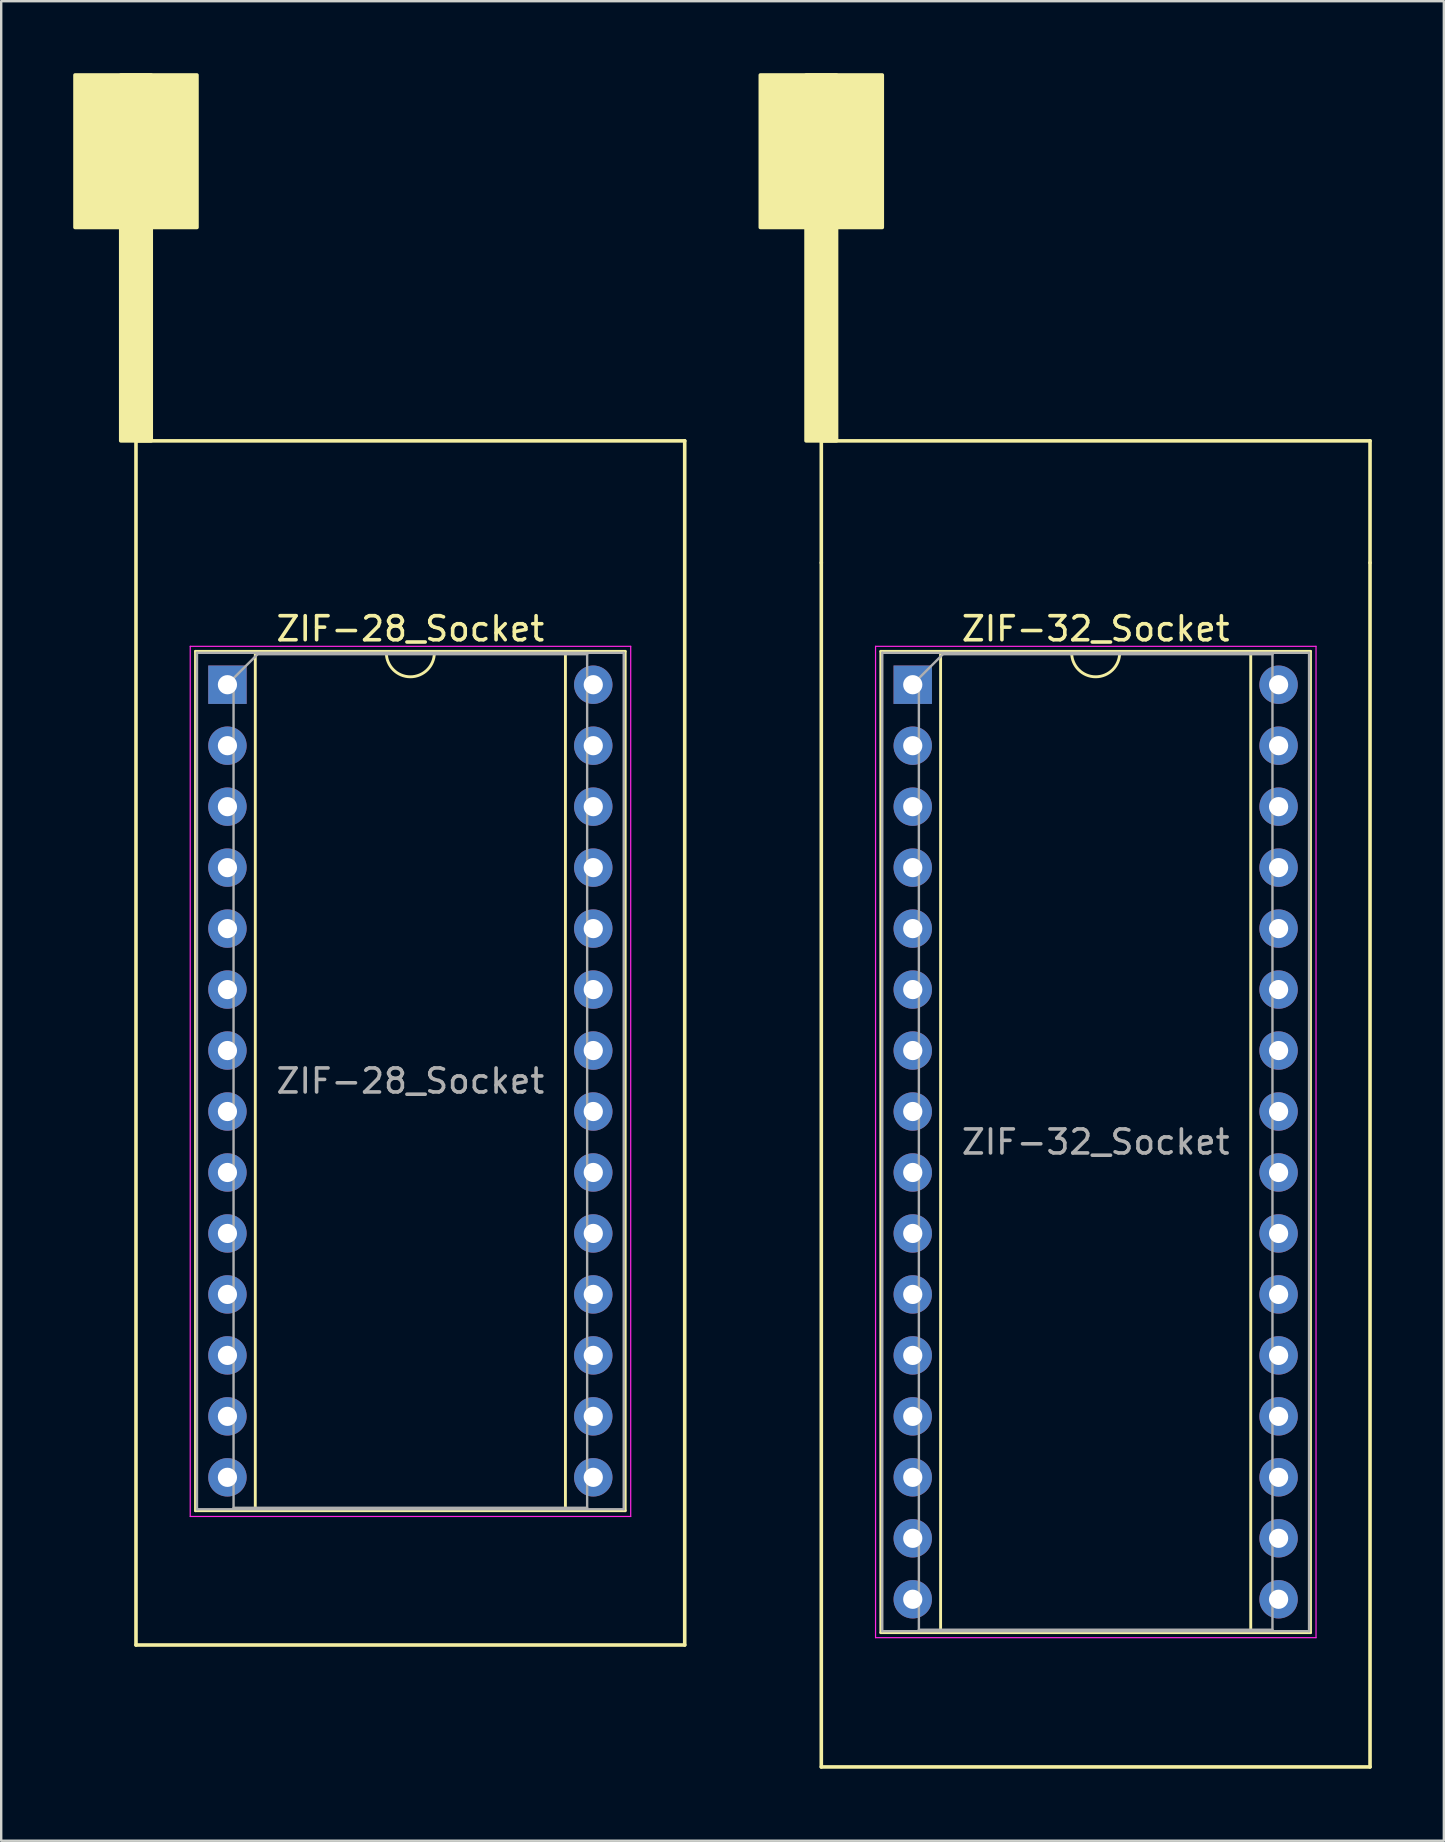
<source format=kicad_pcb>
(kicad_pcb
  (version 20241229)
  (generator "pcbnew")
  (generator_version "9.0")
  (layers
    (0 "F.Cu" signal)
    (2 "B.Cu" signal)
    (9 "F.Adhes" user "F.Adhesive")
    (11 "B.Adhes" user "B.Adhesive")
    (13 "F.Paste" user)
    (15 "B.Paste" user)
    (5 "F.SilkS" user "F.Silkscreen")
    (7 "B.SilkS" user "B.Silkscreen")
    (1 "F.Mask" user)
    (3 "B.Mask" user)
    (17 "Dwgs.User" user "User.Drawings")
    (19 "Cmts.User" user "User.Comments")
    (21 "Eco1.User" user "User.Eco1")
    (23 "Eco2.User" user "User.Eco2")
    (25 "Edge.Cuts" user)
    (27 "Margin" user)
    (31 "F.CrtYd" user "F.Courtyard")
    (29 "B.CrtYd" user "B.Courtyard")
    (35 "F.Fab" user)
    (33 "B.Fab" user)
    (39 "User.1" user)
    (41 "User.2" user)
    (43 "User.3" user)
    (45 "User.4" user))
  (footprint "ZIF-32_Socket"
    (layer "F.Cu")
    (at 34.975 25.475)
    (property "Reference" "ZIF-32_Socket" (at 7.62 -2.33 0) (layer "F.SilkS") (effects (font (size 1 1) (thickness 0.15))))
    (attr through_hole)
    (fp_line (start -3.81 -10.16) (end 19.05 -10.16) (stroke (width 0.15) (type solid)) (layer "F.SilkS"))
    (fp_line (start -3.81 -5.08) (end -3.81 -10.16) (stroke (width 0.15) (type solid)) (layer "F.SilkS"))
    (fp_line (start -3.81 45.085) (end -3.81 -5.08) (stroke (width 0.15) (type solid)) (layer "F.SilkS"))
    (fp_line (start -1.33 -1.39) (end -1.33 39.49) (stroke (width 0.12) (type solid)) (layer "F.SilkS"))
    (fp_line (start -1.33 39.49) (end 16.57 39.49) (stroke (width 0.12) (type solid)) (layer "F.SilkS"))
    (fp_line (start 1.16 -1.33) (end 1.16 39.43) (stroke (width 0.12) (type solid)) (layer "F.SilkS"))
    (fp_line (start 1.16 39.43) (end 14.08 39.43) (stroke (width 0.12) (type solid)) (layer "F.SilkS"))
    (fp_line (start 6.62 -1.33) (end 1.16 -1.33) (stroke (width 0.12) (type solid)) (layer "F.SilkS"))
    (fp_line (start 14.08 -1.33) (end 8.62 -1.33) (stroke (width 0.12) (type solid)) (layer "F.SilkS"))
    (fp_line (start 14.08 39.43) (end 14.08 -1.33) (stroke (width 0.12) (type solid)) (layer "F.SilkS"))
    (fp_line (start 16.57 -1.39) (end -1.33 -1.39) (stroke (width 0.12) (type solid)) (layer "F.SilkS"))
    (fp_line (start 16.57 39.49) (end 16.57 -1.39) (stroke (width 0.12) (type solid)) (layer "F.SilkS"))
    (fp_line (start 19.05 -5.08) (end 19.05 -10.16) (stroke (width 0.15) (type solid)) (layer "F.SilkS"))
    (fp_line (start 19.05 -5.08) (end 19.05 45.085) (stroke (width 0.15) (type solid)) (layer "F.SilkS"))
    (fp_line (start 19.05 45.085) (end -3.81 45.085) (stroke (width 0.15) (type solid)) (layer "F.SilkS"))
    (fp_arc (start 8.62 -1.33) (mid 7.62 -0.33) (end 6.62 -1.33) (stroke (width 0.12) (type solid)) (layer "F.SilkS"))
    (fp_poly (pts (xy -6.35 -25.4) (xy -1.27 -25.4) (xy -1.27 -19.05) (xy -6.35 -19.05)) (stroke (width 0.15) (type solid)) (fill yes) (layer "F.SilkS"))
    (fp_poly (pts (xy -4.445 -25.4) (xy -3.175 -25.4) (xy -3.175 -10.16) (xy -4.445 -10.16)) (stroke (width 0.15) (type solid)) (fill yes) (layer "F.SilkS"))
    (fp_line (start -1.55 -1.6) (end -1.55 39.7) (stroke (width 0.05) (type solid)) (layer "F.CrtYd"))
    (fp_line (start -1.55 39.7) (end 16.8 39.7) (stroke (width 0.05) (type solid)) (layer "F.CrtYd"))
    (fp_line (start 16.8 -1.6) (end -1.55 -1.6) (stroke (width 0.05) (type solid)) (layer "F.CrtYd"))
    (fp_line (start 16.8 39.7) (end 16.8 -1.6) (stroke (width 0.05) (type solid)) (layer "F.CrtYd"))
    (fp_line (start -1.27 -1.33) (end -1.27 39.43) (stroke (width 0.1) (type solid)) (layer "F.Fab"))
    (fp_line (start -1.27 39.43) (end 16.51 39.43) (stroke (width 0.1) (type solid)) (layer "F.Fab"))
    (fp_line (start 0.255 -0.27) (end 1.255 -1.27) (stroke (width 0.1) (type solid)) (layer "F.Fab"))
    (fp_line (start 0.255 39.37) (end 0.255 -0.27) (stroke (width 0.1) (type solid)) (layer "F.Fab"))
    (fp_line (start 1.255 -1.27) (end 14.985 -1.27) (stroke (width 0.1) (type solid)) (layer "F.Fab"))
    (fp_line (start 14.985 -1.27) (end 14.985 39.37) (stroke (width 0.1) (type solid)) (layer "F.Fab"))
    (fp_line (start 14.985 39.37) (end 0.255 39.37) (stroke (width 0.1) (type solid)) (layer "F.Fab"))
    (fp_line (start 16.51 -1.33) (end -1.27 -1.33) (stroke (width 0.1) (type solid)) (layer "F.Fab"))
    (fp_line (start 16.51 39.43) (end 16.51 -1.33) (stroke (width 0.1) (type solid)) (layer "F.Fab"))
    (fp_text user "${REFERENCE}" (at 7.62 19.05 0) (layer "F.Fab") (effects (font (size 1 1) (thickness 0.15))))
    (pad "1" thru_hole rect (at 0 0) (size 1.6 1.6) (drill 0.8) (layers "*.Cu" "*.Mask"))
    (pad "2" thru_hole oval (at 0 2.54) (size 1.6 1.6) (drill 0.8) (layers "*.Cu" "*.Mask"))
    (pad "3" thru_hole oval (at 0 5.08) (size 1.6 1.6) (drill 0.8) (layers "*.Cu" "*.Mask"))
    (pad "4" thru_hole oval (at 0 7.62) (size 1.6 1.6) (drill 0.8) (layers "*.Cu" "*.Mask"))
    (pad "5" thru_hole oval (at 0 10.16) (size 1.6 1.6) (drill 0.8) (layers "*.Cu" "*.Mask"))
    (pad "6" thru_hole oval (at 0 12.7) (size 1.6 1.6) (drill 0.8) (layers "*.Cu" "*.Mask"))
    (pad "7" thru_hole oval (at 0 15.24) (size 1.6 1.6) (drill 0.8) (layers "*.Cu" "*.Mask"))
    (pad "8" thru_hole oval (at 0 17.78) (size 1.6 1.6) (drill 0.8) (layers "*.Cu" "*.Mask"))
    (pad "9" thru_hole oval (at 0 20.32) (size 1.6 1.6) (drill 0.8) (layers "*.Cu" "*.Mask"))
    (pad "10" thru_hole oval (at 0 22.86) (size 1.6 1.6) (drill 0.8) (layers "*.Cu" "*.Mask"))
    (pad "11" thru_hole oval (at 0 25.4) (size 1.6 1.6) (drill 0.8) (layers "*.Cu" "*.Mask"))
    (pad "12" thru_hole oval (at 0 27.94) (size 1.6 1.6) (drill 0.8) (layers "*.Cu" "*.Mask"))
    (pad "13" thru_hole oval (at 0 30.48) (size 1.6 1.6) (drill 0.8) (layers "*.Cu" "*.Mask"))
    (pad "14" thru_hole oval (at 0 33.02) (size 1.6 1.6) (drill 0.8) (layers "*.Cu" "*.Mask"))
    (pad "15" thru_hole oval (at 0 35.56) (size 1.6 1.6) (drill 0.8) (layers "*.Cu" "*.Mask"))
    (pad "16" thru_hole oval (at 0 38.1) (size 1.6 1.6) (drill 0.8) (layers "*.Cu" "*.Mask"))
    (pad "17" thru_hole oval (at 15.24 38.1) (size 1.6 1.6) (drill 0.8) (layers "*.Cu" "*.Mask"))
    (pad "18" thru_hole oval (at 15.24 35.56) (size 1.6 1.6) (drill 0.8) (layers "*.Cu" "*.Mask"))
    (pad "19" thru_hole oval (at 15.24 33.02) (size 1.6 1.6) (drill 0.8) (layers "*.Cu" "*.Mask"))
    (pad "20" thru_hole oval (at 15.24 30.48) (size 1.6 1.6) (drill 0.8) (layers "*.Cu" "*.Mask"))
    (pad "21" thru_hole oval (at 15.24 27.94) (size 1.6 1.6) (drill 0.8) (layers "*.Cu" "*.Mask"))
    (pad "22" thru_hole oval (at 15.24 25.4) (size 1.6 1.6) (drill 0.8) (layers "*.Cu" "*.Mask"))
    (pad "23" thru_hole oval (at 15.24 22.86) (size 1.6 1.6) (drill 0.8) (layers "*.Cu" "*.Mask"))
    (pad "24" thru_hole oval (at 15.24 20.32) (size 1.6 1.6) (drill 0.8) (layers "*.Cu" "*.Mask"))
    (pad "25" thru_hole oval (at 15.24 17.78) (size 1.6 1.6) (drill 0.8) (layers "*.Cu" "*.Mask"))
    (pad "26" thru_hole oval (at 15.24 15.24) (size 1.6 1.6) (drill 0.8) (layers "*.Cu" "*.Mask"))
    (pad "27" thru_hole oval (at 15.24 12.7) (size 1.6 1.6) (drill 0.8) (layers "*.Cu" "*.Mask"))
    (pad "28" thru_hole oval (at 15.24 10.16) (size 1.6 1.6) (drill 0.8) (layers "*.Cu" "*.Mask"))
    (pad "29" thru_hole oval (at 15.24 7.62) (size 1.6 1.6) (drill 0.8) (layers "*.Cu" "*.Mask"))
    (pad "30" thru_hole oval (at 15.24 5.08) (size 1.6 1.6) (drill 0.8) (layers "*.Cu" "*.Mask"))
    (pad "31" thru_hole oval (at 15.24 2.54) (size 1.6 1.6) (drill 0.8) (layers "*.Cu" "*.Mask"))
    (pad "32" thru_hole oval (at 15.24 0) (size 1.6 1.6) (drill 0.8) (layers "*.Cu" "*.Mask")))
  (footprint "ZIF-28_Socket"
    (layer "F.Cu")
    (at 6.425 25.475)
    (property "Reference" "ZIF-28_Socket" (at 7.62 -2.33 0) (layer "F.SilkS") (effects (font (size 1 1) (thickness 0.15))))
    (attr through_hole)
    (fp_line (start -3.81 -10.16) (end 19.05 -10.16) (stroke (width 0.15) (type solid)) (layer "F.SilkS"))
    (fp_line (start -3.81 40.005) (end -3.81 -10.16) (stroke (width 0.15) (type solid)) (layer "F.SilkS"))
    (fp_line (start -1.33 -1.39) (end -1.33 34.41) (stroke (width 0.12) (type solid)) (layer "F.SilkS"))
    (fp_line (start -1.33 34.41) (end 16.57 34.41) (stroke (width 0.12) (type solid)) (layer "F.SilkS"))
    (fp_line (start 1.16 -1.33) (end 1.16 34.35) (stroke (width 0.12) (type solid)) (layer "F.SilkS"))
    (fp_line (start 1.16 34.35) (end 14.08 34.35) (stroke (width 0.12) (type solid)) (layer "F.SilkS"))
    (fp_line (start 6.62 -1.33) (end 1.16 -1.33) (stroke (width 0.12) (type solid)) (layer "F.SilkS"))
    (fp_line (start 14.08 -1.33) (end 8.62 -1.33) (stroke (width 0.12) (type solid)) (layer "F.SilkS"))
    (fp_line (start 14.08 34.35) (end 14.08 -1.33) (stroke (width 0.12) (type solid)) (layer "F.SilkS"))
    (fp_line (start 16.57 -1.39) (end -1.33 -1.39) (stroke (width 0.12) (type solid)) (layer "F.SilkS"))
    (fp_line (start 16.57 34.41) (end 16.57 -1.39) (stroke (width 0.12) (type solid)) (layer "F.SilkS"))
    (fp_line (start 19.05 -10.16) (end 19.05 40.005) (stroke (width 0.15) (type solid)) (layer "F.SilkS"))
    (fp_line (start 19.05 40.005) (end -3.81 40.005) (stroke (width 0.15) (type solid)) (layer "F.SilkS"))
    (fp_arc (start 8.62 -1.33) (mid 7.62 -0.33) (end 6.62 -1.33) (stroke (width 0.12) (type solid)) (layer "F.SilkS"))
    (fp_poly (pts (xy -6.35 -25.4) (xy -1.27 -25.4) (xy -1.27 -19.05) (xy -6.35 -19.05)) (stroke (width 0.15) (type solid)) (fill yes) (layer "F.SilkS"))
    (fp_poly (pts (xy -4.445 -25.4) (xy -3.175 -25.4) (xy -3.175 -10.16) (xy -4.445 -10.16)) (stroke (width 0.15) (type solid)) (fill yes) (layer "F.SilkS"))
    (fp_line (start -1.55 -1.6) (end -1.55 34.65) (stroke (width 0.05) (type solid)) (layer "F.CrtYd"))
    (fp_line (start -1.55 34.65) (end 16.8 34.65) (stroke (width 0.05) (type solid)) (layer "F.CrtYd"))
    (fp_line (start 16.8 -1.6) (end -1.55 -1.6) (stroke (width 0.05) (type solid)) (layer "F.CrtYd"))
    (fp_line (start 16.8 34.65) (end 16.8 -1.6) (stroke (width 0.05) (type solid)) (layer "F.CrtYd"))
    (fp_line (start -1.27 -1.33) (end -1.27 34.35) (stroke (width 0.1) (type solid)) (layer "F.Fab"))
    (fp_line (start -1.27 34.35) (end 16.51 34.35) (stroke (width 0.1) (type solid)) (layer "F.Fab"))
    (fp_line (start 0.255 -0.27) (end 1.255 -1.27) (stroke (width 0.1) (type solid)) (layer "F.Fab"))
    (fp_line (start 0.255 34.29) (end 0.255 -0.27) (stroke (width 0.1) (type solid)) (layer "F.Fab"))
    (fp_line (start 1.255 -1.27) (end 14.985 -1.27) (stroke (width 0.1) (type solid)) (layer "F.Fab"))
    (fp_line (start 14.985 -1.27) (end 14.985 34.29) (stroke (width 0.1) (type solid)) (layer "F.Fab"))
    (fp_line (start 14.985 34.29) (end 0.255 34.29) (stroke (width 0.1) (type solid)) (layer "F.Fab"))
    (fp_line (start 16.51 -1.33) (end -1.27 -1.33) (stroke (width 0.1) (type solid)) (layer "F.Fab"))
    (fp_line (start 16.51 34.35) (end 16.51 -1.33) (stroke (width 0.1) (type solid)) (layer "F.Fab"))
    (fp_text user "${REFERENCE}" (at 7.62 16.51 0) (layer "F.Fab") (effects (font (size 1 1) (thickness 0.15))))
    (pad "1" thru_hole rect (at 0 0) (size 1.6 1.6) (drill 0.8) (layers "*.Cu" "*.Mask"))
    (pad "2" thru_hole oval (at 0 2.54) (size 1.6 1.6) (drill 0.8) (layers "*.Cu" "*.Mask"))
    (pad "3" thru_hole oval (at 0 5.08) (size 1.6 1.6) (drill 0.8) (layers "*.Cu" "*.Mask"))
    (pad "4" thru_hole oval (at 0 7.62) (size 1.6 1.6) (drill 0.8) (layers "*.Cu" "*.Mask"))
    (pad "5" thru_hole oval (at 0 10.16) (size 1.6 1.6) (drill 0.8) (layers "*.Cu" "*.Mask"))
    (pad "6" thru_hole oval (at 0 12.7) (size 1.6 1.6) (drill 0.8) (layers "*.Cu" "*.Mask"))
    (pad "7" thru_hole oval (at 0 15.24) (size 1.6 1.6) (drill 0.8) (layers "*.Cu" "*.Mask"))
    (pad "8" thru_hole oval (at 0 17.78) (size 1.6 1.6) (drill 0.8) (layers "*.Cu" "*.Mask"))
    (pad "9" thru_hole oval (at 0 20.32) (size 1.6 1.6) (drill 0.8) (layers "*.Cu" "*.Mask"))
    (pad "10" thru_hole oval (at 0 22.86) (size 1.6 1.6) (drill 0.8) (layers "*.Cu" "*.Mask"))
    (pad "11" thru_hole oval (at 0 25.4) (size 1.6 1.6) (drill 0.8) (layers "*.Cu" "*.Mask"))
    (pad "12" thru_hole oval (at 0 27.94) (size 1.6 1.6) (drill 0.8) (layers "*.Cu" "*.Mask"))
    (pad "13" thru_hole oval (at 0 30.48) (size 1.6 1.6) (drill 0.8) (layers "*.Cu" "*.Mask"))
    (pad "14" thru_hole oval (at 0 33.02) (size 1.6 1.6) (drill 0.8) (layers "*.Cu" "*.Mask"))
    (pad "15" thru_hole oval (at 15.24 33.02) (size 1.6 1.6) (drill 0.8) (layers "*.Cu" "*.Mask"))
    (pad "16" thru_hole oval (at 15.24 30.48) (size 1.6 1.6) (drill 0.8) (layers "*.Cu" "*.Mask"))
    (pad "17" thru_hole oval (at 15.24 27.94) (size 1.6 1.6) (drill 0.8) (layers "*.Cu" "*.Mask"))
    (pad "18" thru_hole oval (at 15.24 25.4) (size 1.6 1.6) (drill 0.8) (layers "*.Cu" "*.Mask"))
    (pad "19" thru_hole oval (at 15.24 22.86) (size 1.6 1.6) (drill 0.8) (layers "*.Cu" "*.Mask"))
    (pad "20" thru_hole oval (at 15.24 20.32) (size 1.6 1.6) (drill 0.8) (layers "*.Cu" "*.Mask"))
    (pad "21" thru_hole oval (at 15.24 17.78) (size 1.6 1.6) (drill 0.8) (layers "*.Cu" "*.Mask"))
    (pad "22" thru_hole oval (at 15.24 15.24) (size 1.6 1.6) (drill 0.8) (layers "*.Cu" "*.Mask"))
    (pad "23" thru_hole oval (at 15.24 12.7) (size 1.6 1.6) (drill 0.8) (layers "*.Cu" "*.Mask"))
    (pad "24" thru_hole oval (at 15.24 10.16) (size 1.6 1.6) (drill 0.8) (layers "*.Cu" "*.Mask"))
    (pad "25" thru_hole oval (at 15.24 7.62) (size 1.6 1.6) (drill 0.8) (layers "*.Cu" "*.Mask"))
    (pad "26" thru_hole oval (at 15.24 5.08) (size 1.6 1.6) (drill 0.8) (layers "*.Cu" "*.Mask"))
    (pad "27" thru_hole oval (at 15.24 2.54) (size 1.6 1.6) (drill 0.8) (layers "*.Cu" "*.Mask"))
    (pad "28" thru_hole oval (at 15.24 0) (size 1.6 1.6) (drill 0.8) (layers "*.Cu" "*.Mask")))
  (gr_rect
    (start -3 -3)
    (end 57.1 73.635)
    (stroke (width 0.1) (type default))
    (fill no)
    (layer "Edge.Cuts")))
</source>
